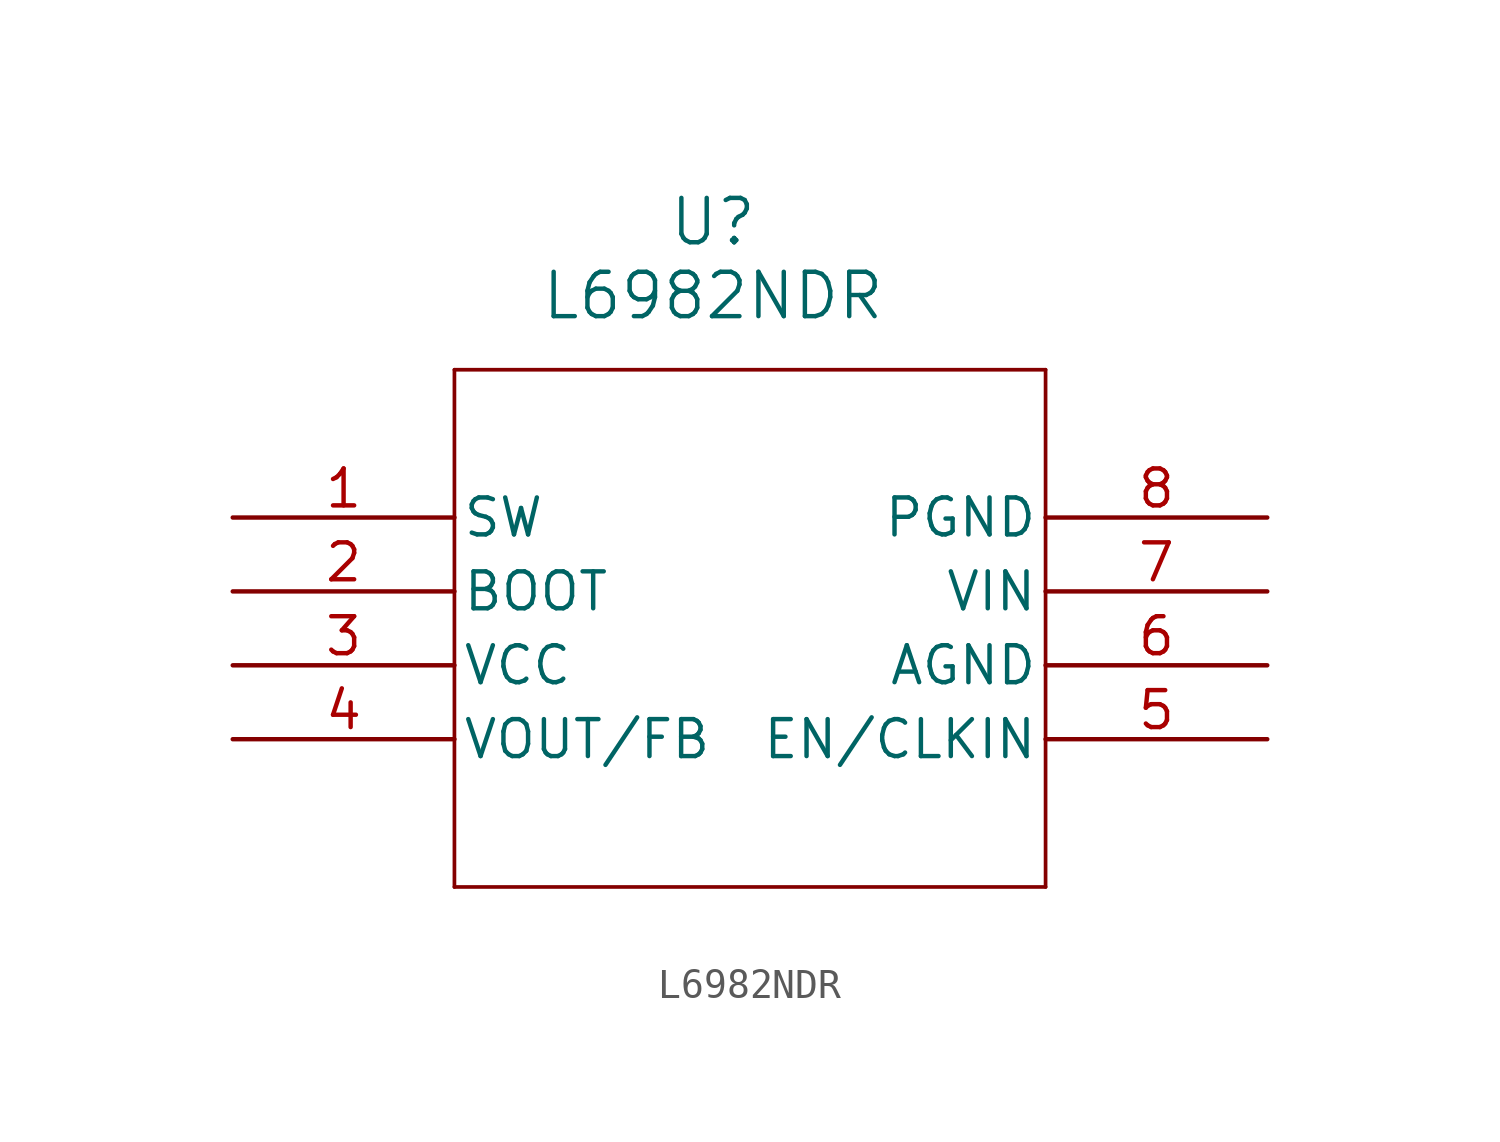
<source format=kicad_sym>
(kicad_symbol_lib
  (version 20220914)
  (generator kicad_symbol_editor)
  (symbol "L6982NDR"
    (pin_names
      (offset 0.254))
    (property "Reference" "U"
      (at 36.83 10.16 0)
      (effects (font (size 1.524 1.524))))
    (property "Value" "L6982NDR"
      (at 36.83 7.62 0)
      (effects (font (size 1.524 1.524))))
    (property "ki_locked" ""
      (at 0 0 0)
      (effects (font (size 1.27 1.27))))
    (symbol "L6982NDR_0_1"
      (polyline (pts (xy 27.94 -12.7) (xy 48.26 -12.7)) (stroke (width 0.127) (type default)) (fill (type none)))
      (polyline (pts (xy 27.94 5.08) (xy 27.94 -12.7)) (stroke (width 0.127) (type default)) (fill (type none)))
      (polyline (pts (xy 48.26 -12.7) (xy 48.26 5.08)) (stroke (width 0.127) (type default)) (fill (type none)))
      (polyline (pts (xy 48.26 5.08) (xy 27.94 5.08)) (stroke (width 0.127) (type default)) (fill (type none)))
      (pin unspecified line (at 20.32 0 0) (length 7.62) (name "SW" (effects (font (size 1.27 1.27)))) (number "1" (effects (font (size 1.27 1.27)))))
      (pin unspecified line (at 20.32 -2.54 0) (length 7.62) (name "BOOT" (effects (font (size 1.27 1.27)))) (number "2" (effects (font (size 1.27 1.27)))))
      (pin power_in line (at 20.32 -5.08 0) (length 7.62) (name "VCC" (effects (font (size 1.27 1.27)))) (number "3" (effects (font (size 1.27 1.27)))))
      (pin unspecified line (at 20.32 -7.62 0) (length 7.62) (name "VOUT/FB" (effects (font (size 1.27 1.27)))) (number "4" (effects (font (size 1.27 1.27)))))
      (pin unspecified line (at 55.88 -7.62 180) (length 7.62) (name "EN/CLKIN" (effects (font (size 1.27 1.27)))) (number "5" (effects (font (size 1.27 1.27)))))
      (pin power_out line (at 55.88 -5.08 180) (length 7.62) (name "AGND" (effects (font (size 1.27 1.27)))) (number "6" (effects (font (size 1.27 1.27)))))
      (pin power_in line (at 55.88 -2.54 180) (length 7.62) (name "VIN" (effects (font (size 1.27 1.27)))) (number "7" (effects (font (size 1.27 1.27)))))
      (pin power_out line (at 55.88 0 180) (length 7.62) (name "PGND" (effects (font (size 1.27 1.27)))) (number "8" (effects (font (size 1.27 1.27))))))))
</source>
